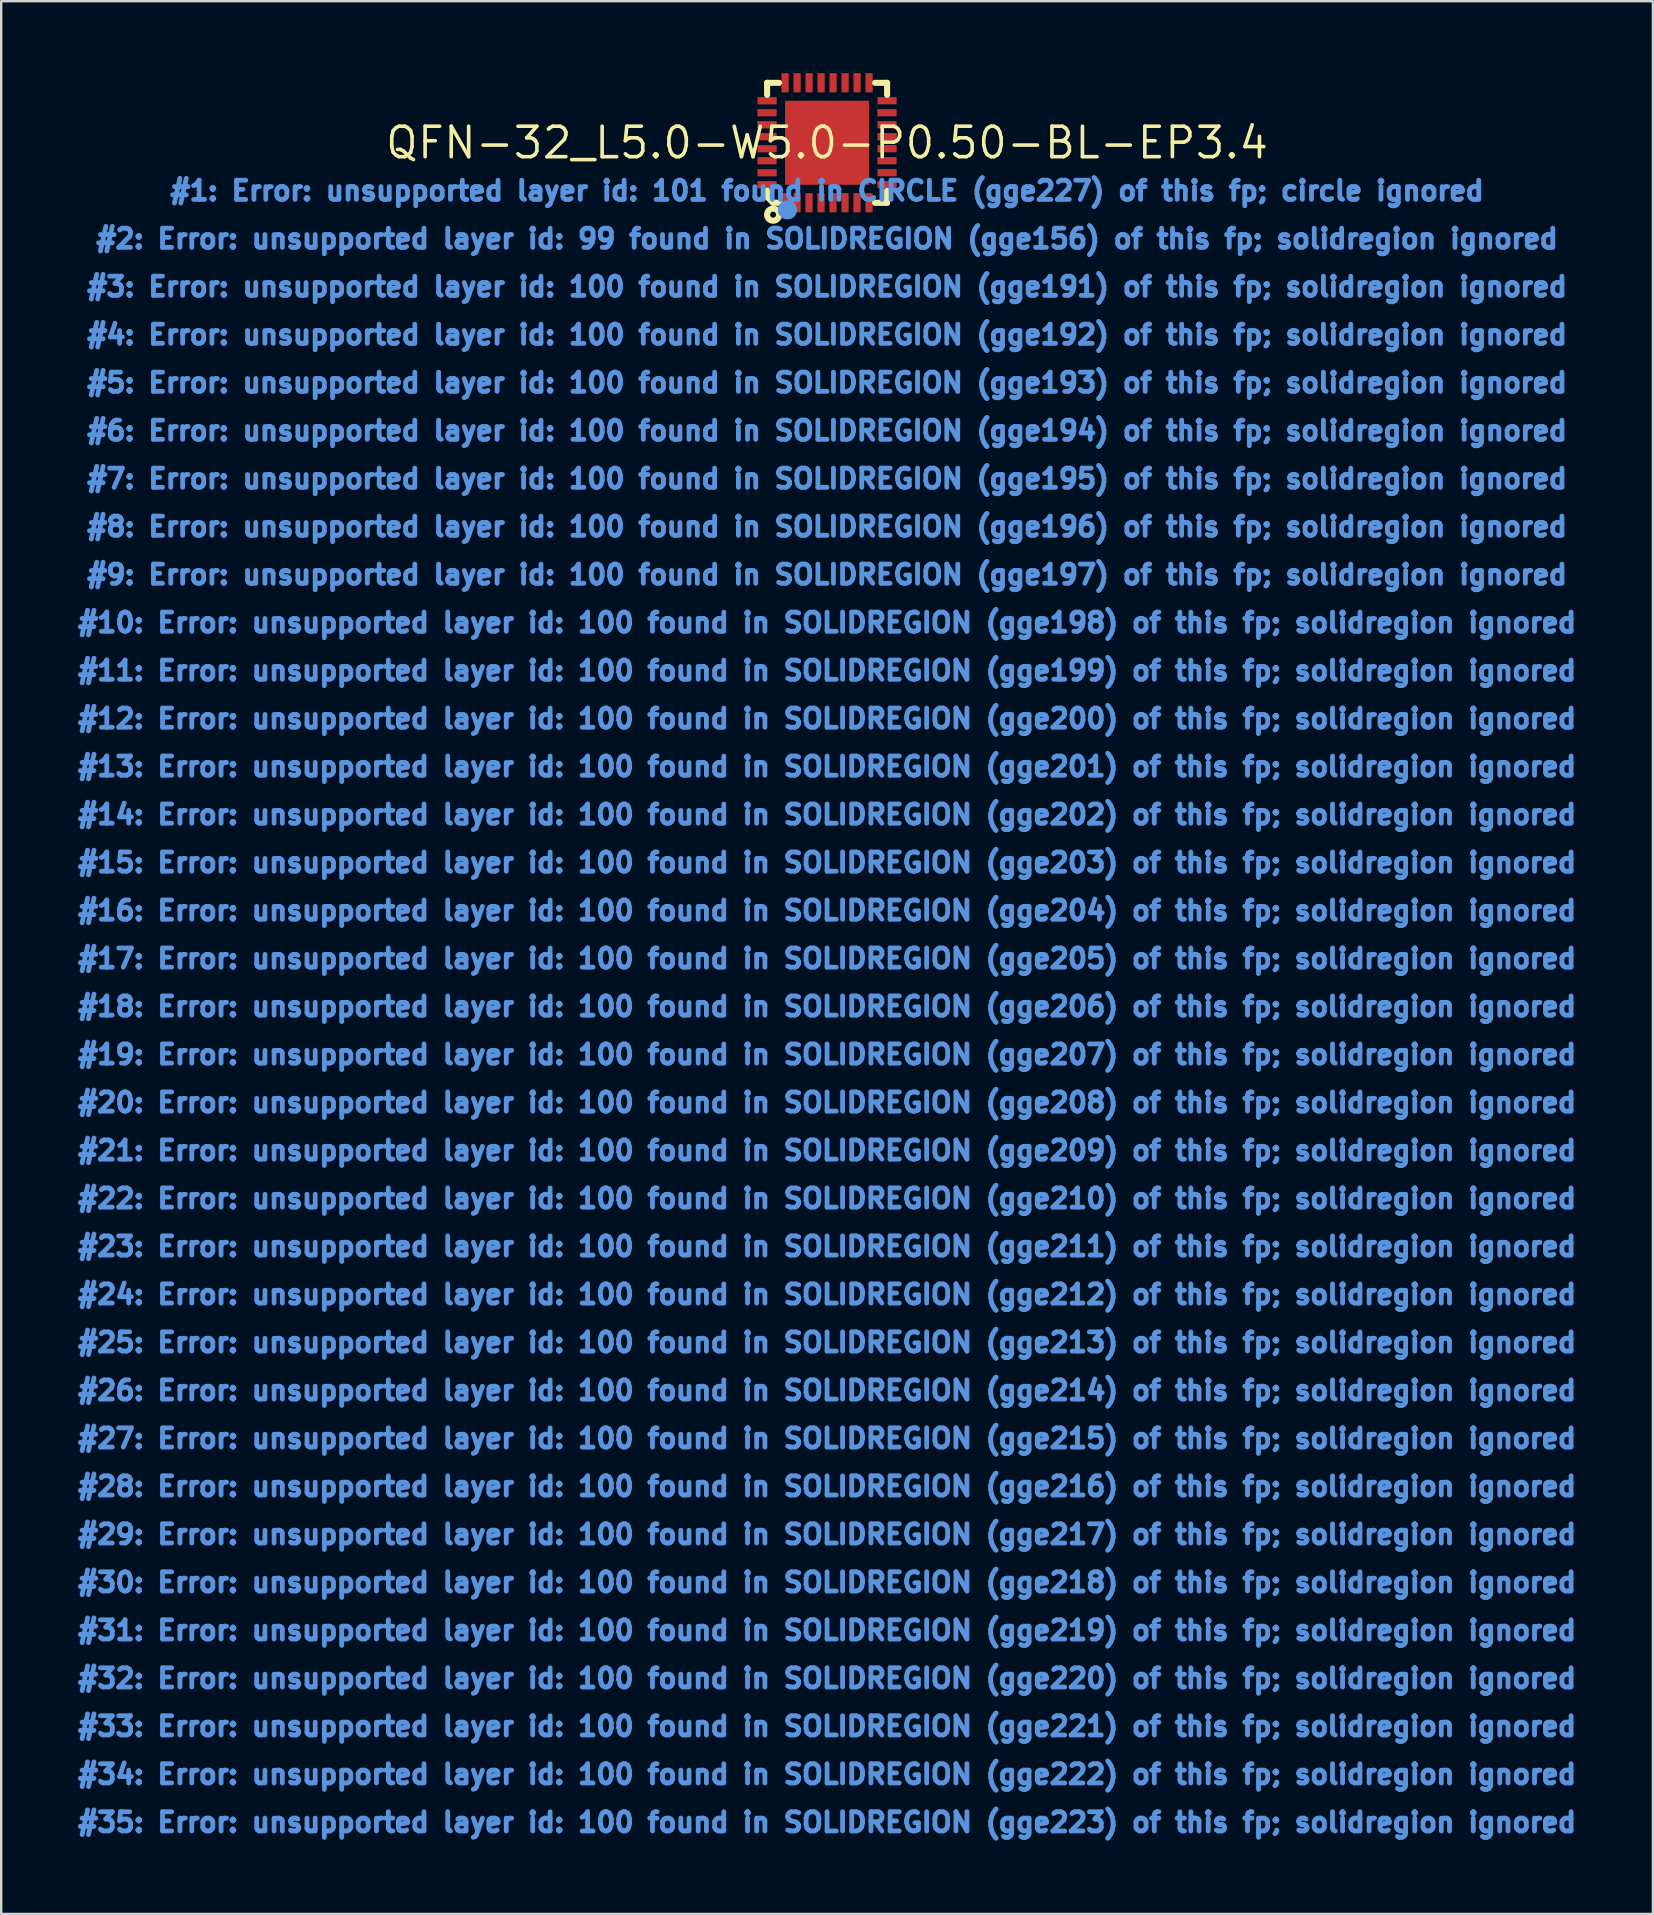
<source format=kicad_pcb>
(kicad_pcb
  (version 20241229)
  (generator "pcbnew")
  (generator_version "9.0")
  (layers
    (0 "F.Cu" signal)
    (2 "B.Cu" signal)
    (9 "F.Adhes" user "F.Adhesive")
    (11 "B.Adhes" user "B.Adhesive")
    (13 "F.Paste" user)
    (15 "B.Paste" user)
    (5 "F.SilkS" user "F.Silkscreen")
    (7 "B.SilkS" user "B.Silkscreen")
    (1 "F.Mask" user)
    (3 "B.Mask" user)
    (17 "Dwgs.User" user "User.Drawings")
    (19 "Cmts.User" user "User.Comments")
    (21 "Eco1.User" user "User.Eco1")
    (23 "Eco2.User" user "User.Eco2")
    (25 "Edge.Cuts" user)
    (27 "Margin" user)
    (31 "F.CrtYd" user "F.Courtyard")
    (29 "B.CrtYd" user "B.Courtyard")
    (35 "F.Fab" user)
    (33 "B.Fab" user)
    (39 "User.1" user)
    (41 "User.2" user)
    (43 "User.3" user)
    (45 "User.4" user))
  (footprint "QFN-32_L5.0-W5.0-P0.50-BL-EP3.4"
    (layer "F.Cu")
    (at 31.42 2.9)
    (property "Reference" "QFN-32_L5.0-W5.0-P0.50-BL-EP3.4" (at 0 0 0) (layer "F.SilkS") (effects (font (size 1.27 1.27) (thickness 0.15))))
    (attr smd)
    (fp_line (start -2.5 2) (end -2.5 2.25) (stroke (width 0.254) (type solid)) (layer "F.SilkS"))
    (fp_line (start -2.5 2.25) (end -2.25 2.5) (stroke (width 0.254) (type solid)) (layer "F.SilkS"))
    (fp_line (start -2.499 -2.497) (end -2.499 -1.997) (stroke (width 0.254) (type solid)) (layer "F.SilkS"))
    (fp_line (start -2.499 -2.497) (end -1.999 -2.497) (stroke (width 0.254) (type solid)) (layer "F.SilkS"))
    (fp_line (start -2.25 2.5) (end -2 2.5) (stroke (width 0.254) (type solid)) (layer "F.SilkS"))
    (fp_line (start 2.498 2.502) (end 1.998 2.502) (stroke (width 0.254) (type solid)) (layer "F.SilkS"))
    (fp_line (start 2.498 2.502) (end 2.498 2.003) (stroke (width 0.254) (type solid)) (layer "F.SilkS"))
    (fp_line (start 2.502 -2.497) (end 2.003 -2.497) (stroke (width 0.254) (type solid)) (layer "F.SilkS"))
    (fp_line (start 2.502 -2.497) (end 2.502 -1.997) (stroke (width 0.254) (type solid)) (layer "F.SilkS"))
    (fp_circle (center -2.248 2.998) (end -2.123 2.998) (stroke (width 0.254) (type solid)) (fill no) (layer "F.SilkS"))
    (fp_circle (center -1.651 2.794) (end -1.451 2.794) (stroke (width 0.4) (type solid)) (fill no) (layer "Cmts.User"))
    (fp_text user "#24: Error: unsupported layer id: 100 found in SOLIDREGION (gge212) of this fp; solidregion ignored" (at 0 48 0) (layer "Cmts.User") (effects (font (size 0.8 0.8) (thickness 0.2))))
    (fp_text user "#14: Error: unsupported layer id: 100 found in SOLIDREGION (gge202) of this fp; solidregion ignored" (at 0 28 0) (layer "Cmts.User") (effects (font (size 0.8 0.8) (thickness 0.2))))
    (fp_text user "#7: Error: unsupported layer id: 100 found in SOLIDREGION (gge195) of this fp; solidregion ignored" (at 0 14 0) (layer "Cmts.User") (effects (font (size 0.8 0.8) (thickness 0.2))))
    (fp_text user "#2: Error: unsupported layer id: 99 found in SOLIDREGION (gge156) of this fp; solidregion ignored" (at 0 4 0) (layer "Cmts.User") (effects (font (size 0.8 0.8) (thickness 0.2))))
    (fp_text user "#30: Error: unsupported layer id: 100 found in SOLIDREGION (gge218) of this fp; solidregion ignored" (at 0 60 0) (layer "Cmts.User") (effects (font (size 0.8 0.8) (thickness 0.2))))
    (fp_text user "#28: Error: unsupported layer id: 100 found in SOLIDREGION (gge216) of this fp; solidregion ignored" (at 0 56 0) (layer "Cmts.User") (effects (font (size 0.8 0.8) (thickness 0.2))))
    (fp_text user "#16: Error: unsupported layer id: 100 found in SOLIDREGION (gge204) of this fp; solidregion ignored" (at 0 32 0) (layer "Cmts.User") (effects (font (size 0.8 0.8) (thickness 0.2))))
    (fp_text user "#6: Error: unsupported layer id: 100 found in SOLIDREGION (gge194) of this fp; solidregion ignored" (at 0 12 0) (layer "Cmts.User") (effects (font (size 0.8 0.8) (thickness 0.2))))
    (fp_text user "#34: Error: unsupported layer id: 100 found in SOLIDREGION (gge222) of this fp; solidregion ignored" (at 0 68 0) (layer "Cmts.User") (effects (font (size 0.8 0.8) (thickness 0.2))))
    (fp_text user "#26: Error: unsupported layer id: 100 found in SOLIDREGION (gge214) of this fp; solidregion ignored" (at 0 52 0) (layer "Cmts.User") (effects (font (size 0.8 0.8) (thickness 0.2))))
    (fp_text user "#13: Error: unsupported layer id: 100 found in SOLIDREGION (gge201) of this fp; solidregion ignored" (at 0 26 0) (layer "Cmts.User") (effects (font (size 0.8 0.8) (thickness 0.2))))
    (fp_text user "#32: Error: unsupported layer id: 100 found in SOLIDREGION (gge220) of this fp; solidregion ignored" (at 0 64 0) (layer "Cmts.User") (effects (font (size 0.8 0.8) (thickness 0.2))))
    (fp_text user "#21: Error: unsupported layer id: 100 found in SOLIDREGION (gge209) of this fp; solidregion ignored" (at 0 42 0) (layer "Cmts.User") (effects (font (size 0.8 0.8) (thickness 0.2))))
    (fp_text user "#12: Error: unsupported layer id: 100 found in SOLIDREGION (gge200) of this fp; solidregion ignored" (at 0 24 0) (layer "Cmts.User") (effects (font (size 0.8 0.8) (thickness 0.2))))
    (fp_text user "#11: Error: unsupported layer id: 100 found in SOLIDREGION (gge199) of this fp; solidregion ignored" (at 0 22 0) (layer "Cmts.User") (effects (font (size 0.8 0.8) (thickness 0.2))))
    (fp_text user "#27: Error: unsupported layer id: 100 found in SOLIDREGION (gge215) of this fp; solidregion ignored" (at 0 54 0) (layer "Cmts.User") (effects (font (size 0.8 0.8) (thickness 0.2))))
    (fp_text user "#4: Error: unsupported layer id: 100 found in SOLIDREGION (gge192) of this fp; solidregion ignored" (at 0 8 0) (layer "Cmts.User") (effects (font (size 0.8 0.8) (thickness 0.2))))
    (fp_text user "#9: Error: unsupported layer id: 100 found in SOLIDREGION (gge197) of this fp; solidregion ignored" (at 0 18 0) (layer "Cmts.User") (effects (font (size 0.8 0.8) (thickness 0.2))))
    (fp_text user "#23: Error: unsupported layer id: 100 found in SOLIDREGION (gge211) of this fp; solidregion ignored" (at 0 46 0) (layer "Cmts.User") (effects (font (size 0.8 0.8) (thickness 0.2))))
    (fp_text user "#10: Error: unsupported layer id: 100 found in SOLIDREGION (gge198) of this fp; solidregion ignored" (at 0 20 0) (layer "Cmts.User") (effects (font (size 0.8 0.8) (thickness 0.2))))
    (fp_text user "#17: Error: unsupported layer id: 100 found in SOLIDREGION (gge205) of this fp; solidregion ignored" (at 0 34 0) (layer "Cmts.User") (effects (font (size 0.8 0.8) (thickness 0.2))))
    (fp_text user "#35: Error: unsupported layer id: 100 found in SOLIDREGION (gge223) of this fp; solidregion ignored" (at 0 70 0) (layer "Cmts.User") (effects (font (size 0.8 0.8) (thickness 0.2))))
    (fp_text user "#8: Error: unsupported layer id: 100 found in SOLIDREGION (gge196) of this fp; solidregion ignored" (at 0 16 0) (layer "Cmts.User") (effects (font (size 0.8 0.8) (thickness 0.2))))
    (fp_text user "#18: Error: unsupported layer id: 100 found in SOLIDREGION (gge206) of this fp; solidregion ignored" (at 0 36 0) (layer "Cmts.User") (effects (font (size 0.8 0.8) (thickness 0.2))))
    (fp_text user "#29: Error: unsupported layer id: 100 found in SOLIDREGION (gge217) of this fp; solidregion ignored" (at 0 58 0) (layer "Cmts.User") (effects (font (size 0.8 0.8) (thickness 0.2))))
    (fp_text user "#20: Error: unsupported layer id: 100 found in SOLIDREGION (gge208) of this fp; solidregion ignored" (at 0 40 0) (layer "Cmts.User") (effects (font (size 0.8 0.8) (thickness 0.2))))
    (fp_text user "#5: Error: unsupported layer id: 100 found in SOLIDREGION (gge193) of this fp; solidregion ignored" (at 0 10 0) (layer "Cmts.User") (effects (font (size 0.8 0.8) (thickness 0.2))))
    (fp_text user "#3: Error: unsupported layer id: 100 found in SOLIDREGION (gge191) of this fp; solidregion ignored" (at 0 6 0) (layer "Cmts.User") (effects (font (size 0.8 0.8) (thickness 0.2))))
    (fp_text user "#33: Error: unsupported layer id: 100 found in SOLIDREGION (gge221) of this fp; solidregion ignored" (at 0 66 0) (layer "Cmts.User") (effects (font (size 0.8 0.8) (thickness 0.2))))
    (fp_text user "#19: Error: unsupported layer id: 100 found in SOLIDREGION (gge207) of this fp; solidregion ignored" (at 0 38 0) (layer "Cmts.User") (effects (font (size 0.8 0.8) (thickness 0.2))))
    (fp_text user "#22: Error: unsupported layer id: 100 found in SOLIDREGION (gge210) of this fp; solidregion ignored" (at 0 44 0) (layer "Cmts.User") (effects (font (size 0.8 0.8) (thickness 0.2))))
    (fp_text user "#25: Error: unsupported layer id: 100 found in SOLIDREGION (gge213) of this fp; solidregion ignored" (at 0 50 0) (layer "Cmts.User") (effects (font (size 0.8 0.8) (thickness 0.2))))
    (fp_text user "#1: Error: unsupported layer id: 101 found in CIRCLE (gge227) of this fp; circle ignored" (at 0 2 0) (layer "Cmts.User") (effects (font (size 0.8 0.8) (thickness 0.2))))
    (fp_text user "#31: Error: unsupported layer id: 100 found in SOLIDREGION (gge219) of this fp; solidregion ignored" (at 0 62 0) (layer "Cmts.User") (effects (font (size 0.8 0.8) (thickness 0.2))))
    (fp_text user "#15: Error: unsupported layer id: 100 found in SOLIDREGION (gge203) of this fp; solidregion ignored" (at 0 30 0) (layer "Cmts.User") (effects (font (size 0.8 0.8) (thickness 0.2))))
    (pad "1" smd rect (at -1.75 2.5 180) (size 0.3 0.8) (layers "F.Cu" "F.Mask" "F.Paste"))
    (pad "2" smd rect (at -1.251 2.5 180) (size 0.3 0.8) (layers "F.Cu" "F.Mask" "F.Paste"))
    (pad "3" smd rect (at -0.751 2.5 180) (size 0.3 0.8) (layers "F.Cu" "F.Mask" "F.Paste"))
    (pad "4" smd rect (at -0.251 2.5 180) (size 0.3 0.8) (layers "F.Cu" "F.Mask" "F.Paste"))
    (pad "5" smd rect (at 0.249 2.5 180) (size 0.3 0.8) (layers "F.Cu" "F.Mask" "F.Paste"))
    (pad "6" smd rect (at 0.749 2.5 180) (size 0.3 0.8) (layers "F.Cu" "F.Mask" "F.Paste"))
    (pad "7" smd rect (at 1.249 2.5 180) (size 0.3 0.8) (layers "F.Cu" "F.Mask" "F.Paste"))
    (pad "8" smd rect (at 1.749 2.5 180) (size 0.3 0.8) (layers "F.Cu" "F.Mask" "F.Paste"))
    (pad "9" smd rect (at 2.5 1.748 270) (size 0.3 0.8) (layers "F.Cu" "F.Mask" "F.Paste"))
    (pad "10" smd rect (at 2.5 1.248 270) (size 0.3 0.8) (layers "F.Cu" "F.Mask" "F.Paste"))
    (pad "11" smd rect (at 2.5 0.748 270) (size 0.3 0.8) (layers "F.Cu" "F.Mask" "F.Paste"))
    (pad "12" smd rect (at 2.5 0.248 270) (size 0.3 0.8) (layers "F.Cu" "F.Mask" "F.Paste"))
    (pad "13" smd rect (at 2.5 -0.252 270) (size 0.3 0.8) (layers "F.Cu" "F.Mask" "F.Paste"))
    (pad "14" smd rect (at 2.5 -0.752 270) (size 0.3 0.8) (layers "F.Cu" "F.Mask" "F.Paste"))
    (pad "15" smd rect (at 2.5 -1.252 270) (size 0.3 0.8) (layers "F.Cu" "F.Mask" "F.Paste"))
    (pad "16" smd rect (at 2.5 -1.752 270) (size 0.3 0.8) (layers "F.Cu" "F.Mask" "F.Paste"))
    (pad "17" smd rect (at 1.752 -2.5) (size 0.3 0.8) (layers "F.Cu" "F.Mask" "F.Paste"))
    (pad "18" smd rect (at 1.251 -2.5) (size 0.3 0.8) (layers "F.Cu" "F.Mask" "F.Paste"))
    (pad "19" smd rect (at 0.752 -2.5) (size 0.3 0.8) (layers "F.Cu" "F.Mask" "F.Paste"))
    (pad "20" smd rect (at 0.251 -2.5) (size 0.3 0.8) (layers "F.Cu" "F.Mask" "F.Paste"))
    (pad "21" smd rect (at -0.248 -2.5) (size 0.3 0.8) (layers "F.Cu" "F.Mask" "F.Paste"))
    (pad "22" smd rect (at -0.749 -2.5) (size 0.3 0.8) (layers "F.Cu" "F.Mask" "F.Paste"))
    (pad "23" smd rect (at -1.248 -2.5) (size 0.3 0.8) (layers "F.Cu" "F.Mask" "F.Paste"))
    (pad "24" smd rect (at -1.749 -2.5) (size 0.3 0.8) (layers "F.Cu" "F.Mask" "F.Paste"))
    (pad "25" smd rect (at -2.5 -1.75 90) (size 0.3 0.8) (layers "F.Cu" "F.Mask" "F.Paste"))
    (pad "26" smd rect (at -2.5 -1.25 90) (size 0.3 0.8) (layers "F.Cu" "F.Mask" "F.Paste"))
    (pad "27" smd rect (at -2.5 -0.75 90) (size 0.3 0.8) (layers "F.Cu" "F.Mask" "F.Paste"))
    (pad "28" smd rect (at -2.5 -0.25 90) (size 0.3 0.8) (layers "F.Cu" "F.Mask" "F.Paste"))
    (pad "29" smd rect (at -2.5 0.25 90) (size 0.3 0.8) (layers "F.Cu" "F.Mask" "F.Paste"))
    (pad "30" smd rect (at -2.5 0.75 90) (size 0.3 0.8) (layers "F.Cu" "F.Mask" "F.Paste"))
    (pad "31" smd rect (at -2.5 1.25 90) (size 0.3 0.8) (layers "F.Cu" "F.Mask" "F.Paste"))
    (pad "32" smd rect (at -2.5 1.75 90) (size 0.3 0.8) (layers "F.Cu" "F.Mask" "F.Paste"))
    (pad "33" smd rect (at 0 0 180) (size 3.5 3.5) (layers "F.Cu" "F.Mask" "F.Paste")))
  (gr_rect
    (start -3 -3)
    (end 65.84 76.719)
    (stroke (width 0.1) (type default))
    (fill no)
    (layer "Edge.Cuts")))
</source>
